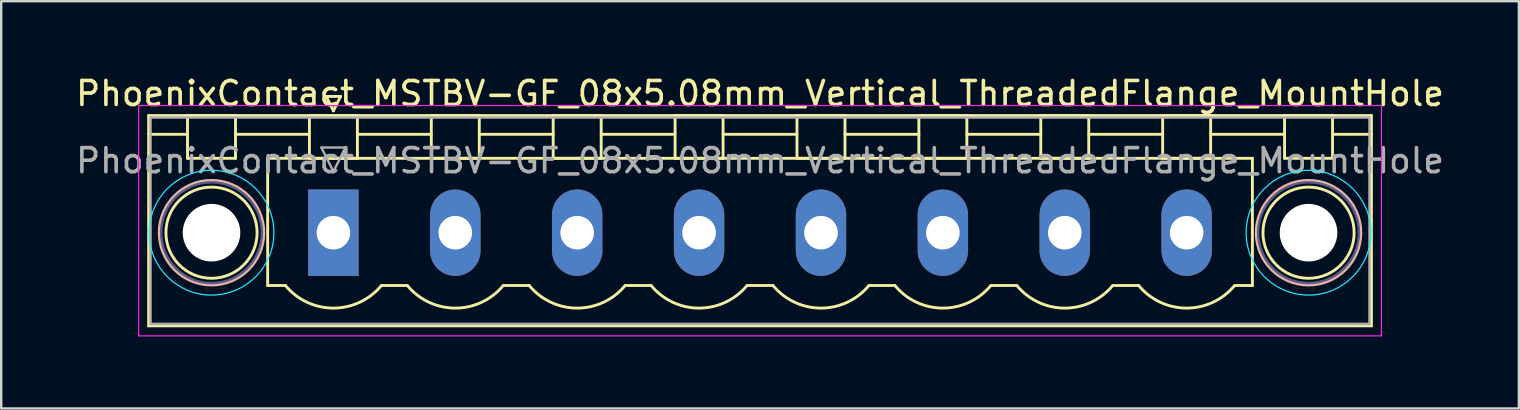
<source format=kicad_pcb>
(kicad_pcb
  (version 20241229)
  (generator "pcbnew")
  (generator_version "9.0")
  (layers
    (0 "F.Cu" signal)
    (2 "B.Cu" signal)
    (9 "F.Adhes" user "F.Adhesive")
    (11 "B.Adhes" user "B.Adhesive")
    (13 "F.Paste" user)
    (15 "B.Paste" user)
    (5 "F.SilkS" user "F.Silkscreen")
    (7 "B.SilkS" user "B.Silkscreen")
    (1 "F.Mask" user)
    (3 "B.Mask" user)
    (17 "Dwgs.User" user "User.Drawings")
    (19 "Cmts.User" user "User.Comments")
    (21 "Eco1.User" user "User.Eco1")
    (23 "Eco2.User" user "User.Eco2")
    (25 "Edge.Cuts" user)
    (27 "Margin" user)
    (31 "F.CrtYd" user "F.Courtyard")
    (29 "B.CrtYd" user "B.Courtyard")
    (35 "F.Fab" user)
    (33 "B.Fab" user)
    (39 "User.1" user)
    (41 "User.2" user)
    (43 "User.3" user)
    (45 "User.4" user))
  (footprint "PhoenixContact_MSTBV-GF_08x5.08mm_Vertical_ThreadedFlange_MountHole"
    (layer "F.Cu")
    (at 10.845 6.648)
    (property "Reference" "PhoenixContact_MSTBV-GF_08x5.08mm_Vertical_ThreadedFlange_MountHole" (at 17.78 -5.8 0) (layer "F.SilkS") (effects (font (size 1 1) (thickness 0.15))))
    (attr through_hole)
    (fp_line (start -7.7 -4.88) (end -7.7 3.88) (stroke (width 0.12) (type solid)) (layer "F.SilkS"))
    (fp_line (start -7.7 -4.1) (end -6.16 -4.1) (stroke (width 0.12) (type solid)) (layer "F.SilkS"))
    (fp_line (start -7.7 3.88) (end 43.26 3.88) (stroke (width 0.12) (type solid)) (layer "F.SilkS"))
    (fp_line (start -6.08 -4.88) (end -4.08 -4.88) (stroke (width 0.12) (type solid)) (layer "F.SilkS"))
    (fp_line (start -6.08 -3.1) (end -6.08 -4.88) (stroke (width 0.12) (type solid)) (layer "F.SilkS"))
    (fp_line (start -4.08 -4.88) (end -4.08 -3.1) (stroke (width 0.12) (type solid)) (layer "F.SilkS"))
    (fp_line (start -4.08 -4.1) (end -1 -4.1) (stroke (width 0.12) (type solid)) (layer "F.SilkS"))
    (fp_line (start -4.08 -3.1) (end -6.08 -3.1) (stroke (width 0.12) (type solid)) (layer "F.SilkS"))
    (fp_line (start -2.74 -3.1) (end 38.3 -3.1) (stroke (width 0.12) (type solid)) (layer "F.SilkS"))
    (fp_line (start -2.74 2.2) (end -2.74 -3.1) (stroke (width 0.12) (type solid)) (layer "F.SilkS"))
    (fp_line (start -2 2.2) (end -2.74 2.2) (stroke (width 0.12) (type solid)) (layer "F.SilkS"))
    (fp_line (start -1 -4.88) (end 1 -4.88) (stroke (width 0.12) (type solid)) (layer "F.SilkS"))
    (fp_line (start -1 -3.1) (end -1 -4.88) (stroke (width 0.12) (type solid)) (layer "F.SilkS"))
    (fp_line (start -0.3 -5.68) (end 0.3 -5.68) (stroke (width 0.12) (type solid)) (layer "F.SilkS"))
    (fp_line (start 0 -5.08) (end -0.3 -5.68) (stroke (width 0.12) (type solid)) (layer "F.SilkS"))
    (fp_line (start 0.3 -5.68) (end 0 -5.08) (stroke (width 0.12) (type solid)) (layer "F.SilkS"))
    (fp_line (start 1 -4.88) (end 1 -3.1) (stroke (width 0.12) (type solid)) (layer "F.SilkS"))
    (fp_line (start 1 -4.1) (end 4.08 -4.1) (stroke (width 0.12) (type solid)) (layer "F.SilkS"))
    (fp_line (start 1 -3.1) (end -1 -3.1) (stroke (width 0.12) (type solid)) (layer "F.SilkS"))
    (fp_line (start 2 2.2) (end 3.08 2.2) (stroke (width 0.12) (type solid)) (layer "F.SilkS"))
    (fp_line (start 4.08 -4.88) (end 6.08 -4.88) (stroke (width 0.12) (type solid)) (layer "F.SilkS"))
    (fp_line (start 4.08 -3.1) (end 4.08 -4.88) (stroke (width 0.12) (type solid)) (layer "F.SilkS"))
    (fp_line (start 6.08 -4.88) (end 6.08 -3.1) (stroke (width 0.12) (type solid)) (layer "F.SilkS"))
    (fp_line (start 6.08 -4.1) (end 9.16 -4.1) (stroke (width 0.12) (type solid)) (layer "F.SilkS"))
    (fp_line (start 6.08 -3.1) (end 4.08 -3.1) (stroke (width 0.12) (type solid)) (layer "F.SilkS"))
    (fp_line (start 7.08 2.2) (end 8.16 2.2) (stroke (width 0.12) (type solid)) (layer "F.SilkS"))
    (fp_line (start 9.16 -4.88) (end 11.16 -4.88) (stroke (width 0.12) (type solid)) (layer "F.SilkS"))
    (fp_line (start 9.16 -3.1) (end 9.16 -4.88) (stroke (width 0.12) (type solid)) (layer "F.SilkS"))
    (fp_line (start 11.16 -4.88) (end 11.16 -3.1) (stroke (width 0.12) (type solid)) (layer "F.SilkS"))
    (fp_line (start 11.16 -4.1) (end 14.24 -4.1) (stroke (width 0.12) (type solid)) (layer "F.SilkS"))
    (fp_line (start 11.16 -3.1) (end 9.16 -3.1) (stroke (width 0.12) (type solid)) (layer "F.SilkS"))
    (fp_line (start 12.16 2.2) (end 13.24 2.2) (stroke (width 0.12) (type solid)) (layer "F.SilkS"))
    (fp_line (start 14.24 -4.88) (end 16.24 -4.88) (stroke (width 0.12) (type solid)) (layer "F.SilkS"))
    (fp_line (start 14.24 -3.1) (end 14.24 -4.88) (stroke (width 0.12) (type solid)) (layer "F.SilkS"))
    (fp_line (start 16.24 -4.88) (end 16.24 -3.1) (stroke (width 0.12) (type solid)) (layer "F.SilkS"))
    (fp_line (start 16.24 -4.1) (end 19.32 -4.1) (stroke (width 0.12) (type solid)) (layer "F.SilkS"))
    (fp_line (start 16.24 -3.1) (end 14.24 -3.1) (stroke (width 0.12) (type solid)) (layer "F.SilkS"))
    (fp_line (start 17.24 2.2) (end 18.32 2.2) (stroke (width 0.12) (type solid)) (layer "F.SilkS"))
    (fp_line (start 19.32 -4.88) (end 21.32 -4.88) (stroke (width 0.12) (type solid)) (layer "F.SilkS"))
    (fp_line (start 19.32 -3.1) (end 19.32 -4.88) (stroke (width 0.12) (type solid)) (layer "F.SilkS"))
    (fp_line (start 21.32 -4.88) (end 21.32 -3.1) (stroke (width 0.12) (type solid)) (layer "F.SilkS"))
    (fp_line (start 21.32 -4.1) (end 24.4 -4.1) (stroke (width 0.12) (type solid)) (layer "F.SilkS"))
    (fp_line (start 21.32 -3.1) (end 19.32 -3.1) (stroke (width 0.12) (type solid)) (layer "F.SilkS"))
    (fp_line (start 22.32 2.2) (end 23.4 2.2) (stroke (width 0.12) (type solid)) (layer "F.SilkS"))
    (fp_line (start 24.4 -4.88) (end 26.4 -4.88) (stroke (width 0.12) (type solid)) (layer "F.SilkS"))
    (fp_line (start 24.4 -3.1) (end 24.4 -4.88) (stroke (width 0.12) (type solid)) (layer "F.SilkS"))
    (fp_line (start 26.4 -4.88) (end 26.4 -3.1) (stroke (width 0.12) (type solid)) (layer "F.SilkS"))
    (fp_line (start 26.4 -4.1) (end 29.48 -4.1) (stroke (width 0.12) (type solid)) (layer "F.SilkS"))
    (fp_line (start 26.4 -3.1) (end 24.4 -3.1) (stroke (width 0.12) (type solid)) (layer "F.SilkS"))
    (fp_line (start 27.4 2.2) (end 28.48 2.2) (stroke (width 0.12) (type solid)) (layer "F.SilkS"))
    (fp_line (start 29.48 -4.88) (end 31.48 -4.88) (stroke (width 0.12) (type solid)) (layer "F.SilkS"))
    (fp_line (start 29.48 -3.1) (end 29.48 -4.88) (stroke (width 0.12) (type solid)) (layer "F.SilkS"))
    (fp_line (start 31.48 -4.88) (end 31.48 -3.1) (stroke (width 0.12) (type solid)) (layer "F.SilkS"))
    (fp_line (start 31.48 -4.1) (end 34.56 -4.1) (stroke (width 0.12) (type solid)) (layer "F.SilkS"))
    (fp_line (start 31.48 -3.1) (end 29.48 -3.1) (stroke (width 0.12) (type solid)) (layer "F.SilkS"))
    (fp_line (start 32.48 2.2) (end 33.56 2.2) (stroke (width 0.12) (type solid)) (layer "F.SilkS"))
    (fp_line (start 34.56 -4.88) (end 36.56 -4.88) (stroke (width 0.12) (type solid)) (layer "F.SilkS"))
    (fp_line (start 34.56 -3.1) (end 34.56 -4.88) (stroke (width 0.12) (type solid)) (layer "F.SilkS"))
    (fp_line (start 36.56 -4.88) (end 36.56 -3.1) (stroke (width 0.12) (type solid)) (layer "F.SilkS"))
    (fp_line (start 36.56 -4.1) (end 39.64 -4.1) (stroke (width 0.12) (type solid)) (layer "F.SilkS"))
    (fp_line (start 36.56 -3.1) (end 34.56 -3.1) (stroke (width 0.12) (type solid)) (layer "F.SilkS"))
    (fp_line (start 38.3 -3.1) (end 38.3 2.2) (stroke (width 0.12) (type solid)) (layer "F.SilkS"))
    (fp_line (start 38.3 2.2) (end 37.56 2.2) (stroke (width 0.12) (type solid)) (layer "F.SilkS"))
    (fp_line (start 39.64 -4.88) (end 41.64 -4.88) (stroke (width 0.12) (type solid)) (layer "F.SilkS"))
    (fp_line (start 39.64 -3.1) (end 39.64 -4.88) (stroke (width 0.12) (type solid)) (layer "F.SilkS"))
    (fp_line (start 41.64 -4.88) (end 41.64 -3.1) (stroke (width 0.12) (type solid)) (layer "F.SilkS"))
    (fp_line (start 41.64 -3.1) (end 39.64 -3.1) (stroke (width 0.12) (type solid)) (layer "F.SilkS"))
    (fp_line (start 43.26 -4.88) (end -7.7 -4.88) (stroke (width 0.12) (type solid)) (layer "F.SilkS"))
    (fp_line (start 43.26 -4.1) (end 41.72 -4.1) (stroke (width 0.12) (type solid)) (layer "F.SilkS"))
    (fp_line (start 43.26 3.88) (end 43.26 -4.88) (stroke (width 0.12) (type solid)) (layer "F.SilkS"))
    (fp_arc (start 1.986842 2.215821) (mid -0.010289 3.142758) (end -2 2.2) (stroke (width 0.12) (type solid)) (layer "F.SilkS"))
    (fp_arc (start 7.066842 2.215821) (mid 5.069711 3.142758) (end 3.08 2.2) (stroke (width 0.12) (type solid)) (layer "F.SilkS"))
    (fp_arc (start 12.146842 2.215821) (mid 10.149711 3.142758) (end 8.16 2.2) (stroke (width 0.12) (type solid)) (layer "F.SilkS"))
    (fp_arc (start 17.226842 2.215821) (mid 15.229711 3.142758) (end 13.24 2.2) (stroke (width 0.12) (type solid)) (layer "F.SilkS"))
    (fp_arc (start 22.306842 2.215821) (mid 20.309711 3.142758) (end 18.32 2.2) (stroke (width 0.12) (type solid)) (layer "F.SilkS"))
    (fp_arc (start 27.386842 2.215821) (mid 25.389711 3.142758) (end 23.4 2.2) (stroke (width 0.12) (type solid)) (layer "F.SilkS"))
    (fp_arc (start 32.466842 2.215821) (mid 30.469711 3.142758) (end 28.48 2.2) (stroke (width 0.12) (type solid)) (layer "F.SilkS"))
    (fp_arc (start 37.546842 2.215821) (mid 35.549711 3.142758) (end 33.56 2.2) (stroke (width 0.12) (type solid)) (layer "F.SilkS"))
    (fp_circle (center -5.08 0) (end -3.18 0) (stroke (width 0.12) (type solid)) (fill no) (layer "F.SilkS"))
    (fp_circle (center 40.64 0) (end 42.54 0) (stroke (width 0.12) (type solid)) (fill no) (layer "F.SilkS"))
    (fp_circle (center -5.08 0) (end -2.9 0) (stroke (width 0.12) (type solid)) (fill no) (layer "B.SilkS"))
    (fp_circle (center 40.64 0) (end 42.82 0) (stroke (width 0.12) (type solid)) (fill no) (layer "B.SilkS"))
    (fp_circle (center -5.08 0) (end -2.48 0) (stroke (width 0.05) (type solid)) (fill no) (layer "B.CrtYd"))
    (fp_circle (center 40.64 0) (end 43.24 0) (stroke (width 0.05) (type solid)) (fill no) (layer "B.CrtYd"))
    (fp_line (start -8.12 -5.3) (end -8.12 4.3) (stroke (width 0.05) (type solid)) (layer "F.CrtYd"))
    (fp_line (start -8.12 4.3) (end 43.68 4.3) (stroke (width 0.05) (type solid)) (layer "F.CrtYd"))
    (fp_line (start 43.68 -5.3) (end -8.12 -5.3) (stroke (width 0.05) (type solid)) (layer "F.CrtYd"))
    (fp_line (start 43.68 4.3) (end 43.68 -5.3) (stroke (width 0.05) (type solid)) (layer "F.CrtYd"))
    (fp_circle (center -5.08 0) (end -2.98 0) (stroke (width 0.1) (type solid)) (fill no) (layer "B.Fab"))
    (fp_circle (center 40.64 0) (end 42.74 0) (stroke (width 0.1) (type solid)) (fill no) (layer "B.Fab"))
    (fp_line (start -7.62 -4.8) (end -7.62 3.8) (stroke (width 0.1) (type solid)) (layer "F.Fab"))
    (fp_line (start -7.62 3.8) (end 43.18 3.8) (stroke (width 0.1) (type solid)) (layer "F.Fab"))
    (fp_line (start -0.5 -3.55) (end 0.5 -3.55) (stroke (width 0.1) (type solid)) (layer "F.Fab"))
    (fp_line (start 0 -2.55) (end -0.5 -3.55) (stroke (width 0.1) (type solid)) (layer "F.Fab"))
    (fp_line (start 0.5 -3.55) (end 0 -2.55) (stroke (width 0.1) (type solid)) (layer "F.Fab"))
    (fp_line (start 43.18 -4.8) (end -7.62 -4.8) (stroke (width 0.1) (type solid)) (layer "F.Fab"))
    (fp_line (start 43.18 3.8) (end 43.18 -4.8) (stroke (width 0.1) (type solid)) (layer "F.Fab"))
    (fp_text user "${REFERENCE}" (at 17.78 -3 0) (layer "F.Fab") (effects (font (size 1 1) (thickness 0.15))))
    (pad "" np_thru_hole circle (at -5.08 0) (size 2.4 2.4) (drill 2.4) (layers "*.Cu" "*.Mask"))
    (pad "" np_thru_hole circle (at 40.64 0) (size 2.4 2.4) (drill 2.4) (layers "*.Cu" "*.Mask"))
    (pad "1" thru_hole rect (at 0 0) (size 2.1 3.6) (drill 1.4) (layers "*.Cu" "*.Mask"))
    (pad "2" thru_hole oval (at 5.08 0) (size 2.1 3.6) (drill 1.4) (layers "*.Cu" "*.Mask"))
    (pad "3" thru_hole oval (at 10.16 0) (size 2.1 3.6) (drill 1.4) (layers "*.Cu" "*.Mask"))
    (pad "4" thru_hole oval (at 15.24 0) (size 2.1 3.6) (drill 1.4) (layers "*.Cu" "*.Mask"))
    (pad "5" thru_hole oval (at 20.32 0) (size 2.1 3.6) (drill 1.4) (layers "*.Cu" "*.Mask"))
    (pad "6" thru_hole oval (at 25.4 0) (size 2.1 3.6) (drill 1.4) (layers "*.Cu" "*.Mask"))
    (pad "7" thru_hole oval (at 30.48 0) (size 2.1 3.6) (drill 1.4) (layers "*.Cu" "*.Mask"))
    (pad "8" thru_hole oval (at 35.56 0) (size 2.1 3.6) (drill 1.4) (layers "*.Cu" "*.Mask")))
  (gr_rect
    (start -3 -3)
    (end 60.25 13.973)
    (stroke (width 0.1) (type default))
    (fill no)
    (layer "Edge.Cuts")))
</source>
